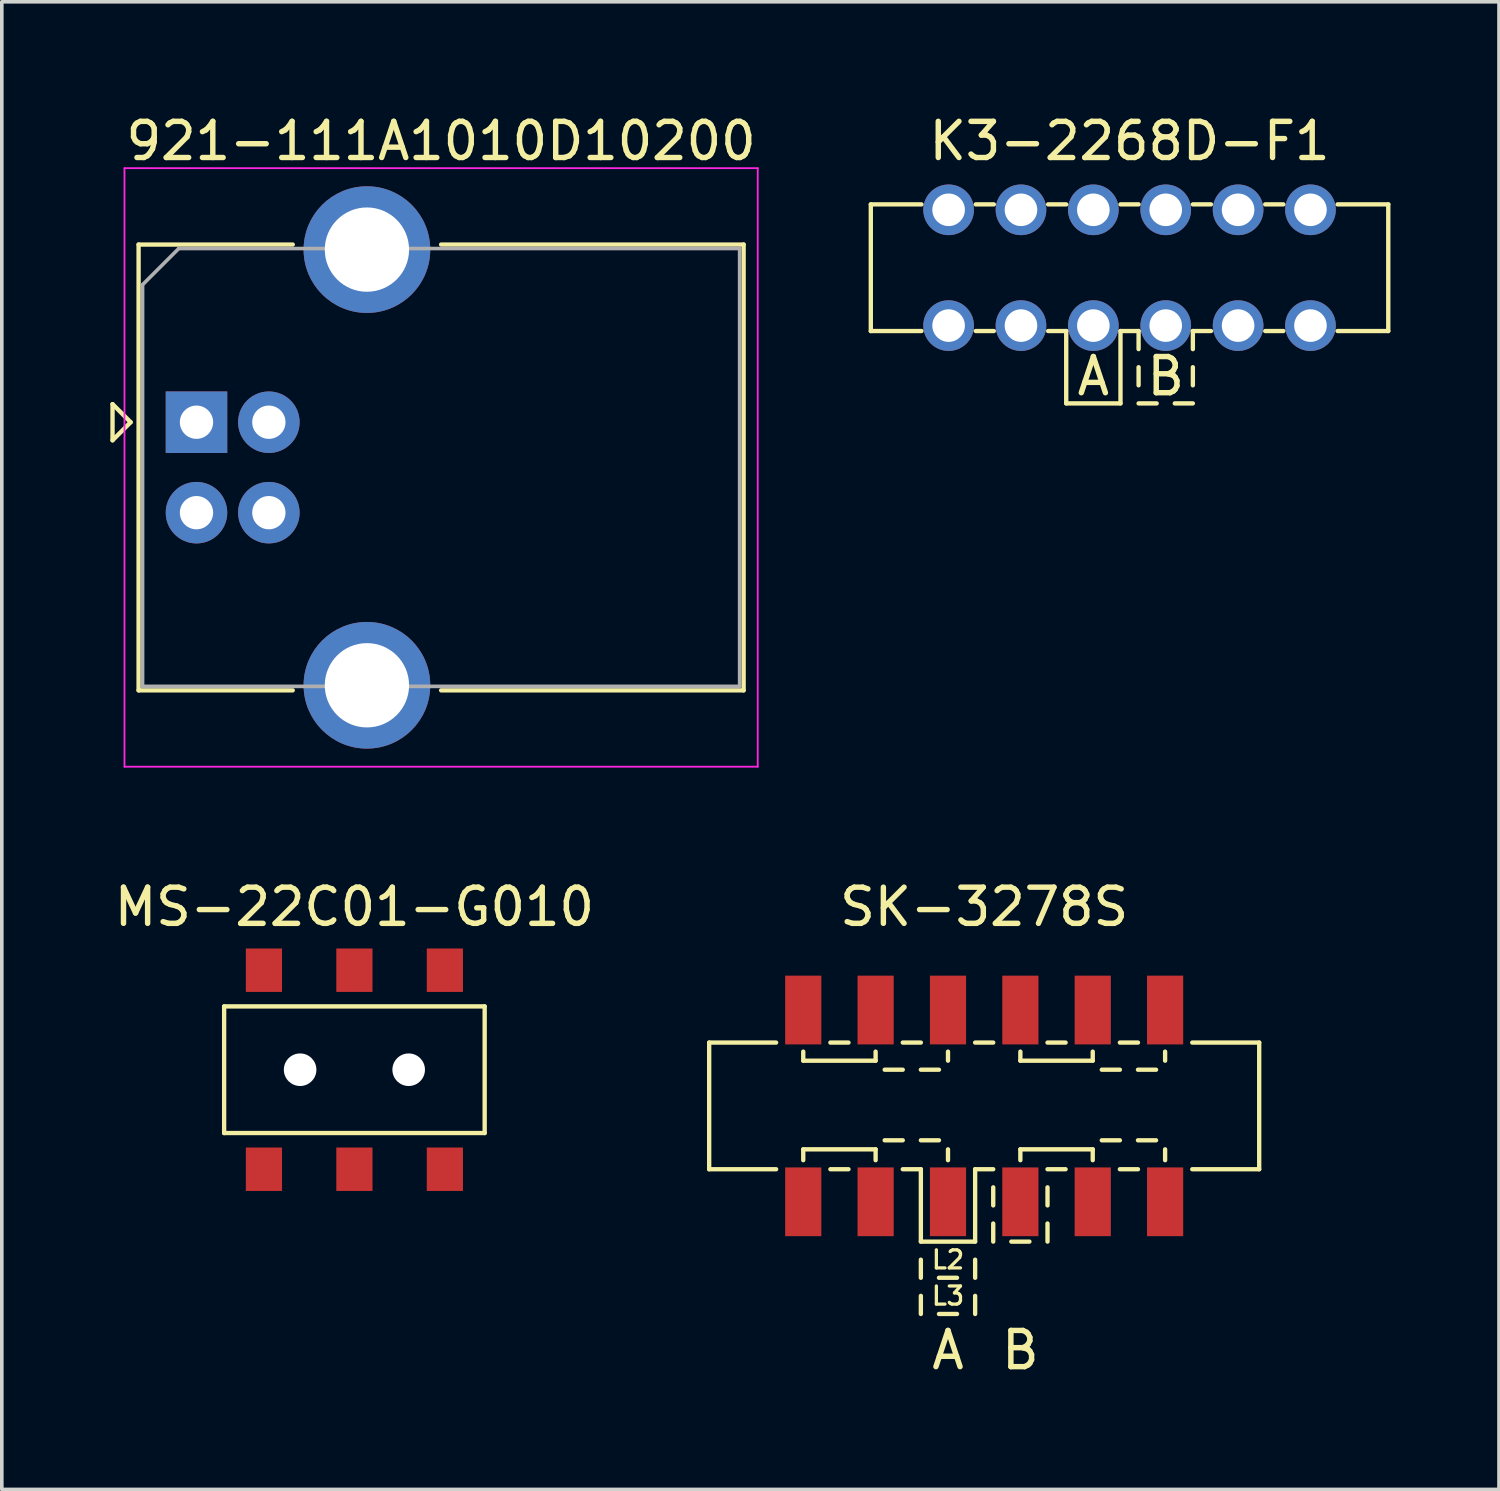
<source format=kicad_pcb>
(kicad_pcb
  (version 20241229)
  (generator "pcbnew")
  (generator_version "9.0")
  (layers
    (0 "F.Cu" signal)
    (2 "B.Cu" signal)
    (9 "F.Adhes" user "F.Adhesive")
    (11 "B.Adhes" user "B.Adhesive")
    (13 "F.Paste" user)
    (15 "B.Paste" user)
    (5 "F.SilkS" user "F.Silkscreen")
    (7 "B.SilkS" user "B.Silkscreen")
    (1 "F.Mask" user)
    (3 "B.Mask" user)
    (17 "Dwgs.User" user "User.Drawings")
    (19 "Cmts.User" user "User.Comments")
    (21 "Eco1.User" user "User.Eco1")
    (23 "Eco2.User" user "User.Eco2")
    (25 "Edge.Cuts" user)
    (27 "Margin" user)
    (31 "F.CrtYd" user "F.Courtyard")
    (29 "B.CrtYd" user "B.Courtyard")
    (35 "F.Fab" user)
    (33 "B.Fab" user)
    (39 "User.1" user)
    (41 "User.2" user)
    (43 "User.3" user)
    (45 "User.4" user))
  (footprint "921-111A1010D10200"
    (layer "F.Cu")
    (at 2.38 8.618)
    (property "Reference" "921-111A1010D10200" (at 6.76 -7.77 0) (layer "F.SilkS") (effects (font (size 1 1) (thickness 0.15))))
    (attr through_hole)
    (fp_line (start -2.32 -0.5) (end -2.32 0.5) (stroke (width 0.12) (type solid)) (layer "F.SilkS"))
    (fp_line (start -2.32 0.5) (end -1.82 0) (stroke (width 0.12) (type solid)) (layer "F.SilkS"))
    (fp_line (start -1.82 0) (end -2.32 -0.5) (stroke (width 0.12) (type solid)) (layer "F.SilkS"))
    (fp_line (start -1.6 -4.91) (end -1.6 7.41) (stroke (width 0.12) (type solid)) (layer "F.SilkS"))
    (fp_line (start -1.6 7.41) (end 2.66 7.41) (stroke (width 0.12) (type solid)) (layer "F.SilkS"))
    (fp_line (start 2.66 -4.91) (end -1.6 -4.91) (stroke (width 0.12) (type solid)) (layer "F.SilkS"))
    (fp_line (start 6.76 -4.91) (end 15.12 -4.91) (stroke (width 0.12) (type solid)) (layer "F.SilkS"))
    (fp_line (start 15.12 -4.91) (end 15.12 7.41) (stroke (width 0.12) (type solid)) (layer "F.SilkS"))
    (fp_line (start 15.12 7.41) (end 6.76 7.41) (stroke (width 0.12) (type solid)) (layer "F.SilkS"))
    (fp_line (start -1.99 -7.02) (end -1.99 9.52) (stroke (width 0.05) (type solid)) (layer "F.CrtYd"))
    (fp_line (start -1.99 9.52) (end 15.51 9.52) (stroke (width 0.05) (type solid)) (layer "F.CrtYd"))
    (fp_line (start 15.51 -7.02) (end -1.99 -7.02) (stroke (width 0.05) (type solid)) (layer "F.CrtYd"))
    (fp_line (start 15.51 9.52) (end 15.51 -7.02) (stroke (width 0.05) (type solid)) (layer "F.CrtYd"))
    (fp_line (start -1.49 -3.8) (end -0.49 -4.8) (stroke (width 0.1) (type solid)) (layer "F.Fab"))
    (fp_line (start -1.49 7.3) (end -1.49 -3.8) (stroke (width 0.1) (type solid)) (layer "F.Fab"))
    (fp_line (start -0.49 -4.8) (end 15.01 -4.8) (stroke (width 0.1) (type solid)) (layer "F.Fab"))
    (fp_line (start 15.01 -4.8) (end 15.01 7.3) (stroke (width 0.1) (type solid)) (layer "F.Fab"))
    (fp_line (start 15.01 7.3) (end -1.49 7.3) (stroke (width 0.1) (type solid)) (layer "F.Fab"))
    (pad "1" thru_hole rect (at 0 0) (size 1.7 1.7) (drill 0.92) (layers "*.Cu" "*.Mask"))
    (pad "2" thru_hole circle (at 0 2.5) (size 1.7 1.7) (drill 0.92) (layers "*.Cu" "*.Mask"))
    (pad "3" thru_hole circle (at 2 2.5) (size 1.7 1.7) (drill 0.92) (layers "*.Cu" "*.Mask"))
    (pad "4" thru_hole circle (at 2 0) (size 1.7 1.7) (drill 0.92) (layers "*.Cu" "*.Mask"))
    (pad "5" thru_hole circle (at 4.71 -4.77) (size 3.5 3.5) (drill 2.33) (layers "*.Cu" "*.Mask"))
    (pad "5" thru_hole circle (at 4.71 7.27) (size 3.5 3.5) (drill 2.33) (layers "*.Cu" "*.Mask")))
  (footprint "SK-3278S"
    (layer "F.Cu")
    (at 24.148 27.512)
    (property "Reference" "SK-3278S" (at 0 -5.5 0) (layer "F.SilkS") (effects (font (size 1 1) (thickness 0.15))))
    (attr through_hole)
    (fp_line (start -7.6 -1.75) (end -7.6 1.75) (stroke (width 0.12) (type solid)) (layer "F.SilkS"))
    (fp_line (start -7.6 1.75) (end -5.75 1.75) (stroke (width 0.12) (type solid)) (layer "F.SilkS"))
    (fp_line (start -5.75 -1.75) (end -7.6 -1.75) (stroke (width 0.12) (type solid)) (layer "F.SilkS"))
    (fp_line (start -5 -1.5) (end -5 -1.25) (stroke (width 0.12) (type solid)) (layer "F.SilkS"))
    (fp_line (start -5 -1.25) (end -3 -1.25) (stroke (width 0.12) (type solid)) (layer "F.SilkS"))
    (fp_line (start -5 1.2) (end -3 1.2) (stroke (width 0.12) (type solid)) (layer "F.SilkS"))
    (fp_line (start -5 1.5) (end -5 1.2) (stroke (width 0.12) (type solid)) (layer "F.SilkS"))
    (fp_line (start -4.25 -1.75) (end -3.75 -1.75) (stroke (width 0.12) (type solid)) (layer "F.SilkS"))
    (fp_line (start -4.25 1.75) (end -3.75 1.75) (stroke (width 0.12) (type solid)) (layer "F.SilkS"))
    (fp_line (start -3 -1.25) (end -3 -1.5) (stroke (width 0.12) (type solid)) (layer "F.SilkS"))
    (fp_line (start -3 1.2) (end -3 1.5) (stroke (width 0.12) (type solid)) (layer "F.SilkS"))
    (fp_line (start -2.75 -1) (end -2.25 -1) (stroke (width 0.12) (type solid)) (layer "F.SilkS"))
    (fp_line (start -2.75 0.95) (end -2.25 0.95) (stroke (width 0.12) (type solid)) (layer "F.SilkS"))
    (fp_line (start -2.25 -1.75) (end -1.75 -1.75) (stroke (width 0.12) (type solid)) (layer "F.SilkS"))
    (fp_line (start -2.25 1.75) (end -1.75 1.75) (stroke (width 0.12) (type solid)) (layer "F.SilkS"))
    (fp_line (start -1.75 3.75) (end -1.75 1.75) (stroke (width 0.12) (type solid)) (layer "F.SilkS"))
    (fp_line (start -1.75 3.75) (end -0.25 3.75) (stroke (width 0.12) (type solid)) (layer "F.SilkS"))
    (fp_line (start -1.75 4.25) (end -1.75 4.75) (stroke (width 0.12) (type solid)) (layer "F.SilkS"))
    (fp_line (start -1.75 5.25) (end -1.75 5.75) (stroke (width 0.12) (type solid)) (layer "F.SilkS"))
    (fp_line (start -1.25 -1) (end -1.75 -1) (stroke (width 0.12) (type solid)) (layer "F.SilkS"))
    (fp_line (start -1.25 0.95) (end -1.75 0.95) (stroke (width 0.12) (type solid)) (layer "F.SilkS"))
    (fp_line (start -1.25 4.75) (end -0.75 4.75) (stroke (width 0.12) (type solid)) (layer "F.SilkS"))
    (fp_line (start -1.25 5.75) (end -0.75 5.75) (stroke (width 0.12) (type solid)) (layer "F.SilkS"))
    (fp_line (start -1 -1.5) (end -1 -1.25) (stroke (width 0.12) (type solid)) (layer "F.SilkS"))
    (fp_line (start -1 1.5) (end -1 1.2) (stroke (width 0.12) (type solid)) (layer "F.SilkS"))
    (fp_line (start -0.25 -1.75) (end 0.25 -1.75) (stroke (width 0.12) (type solid)) (layer "F.SilkS"))
    (fp_line (start -0.25 1.75) (end 0.25 1.75) (stroke (width 0.12) (type solid)) (layer "F.SilkS"))
    (fp_line (start -0.25 3.75) (end -0.25 1.75) (stroke (width 0.12) (type solid)) (layer "F.SilkS"))
    (fp_line (start -0.25 4.75) (end -0.25 4.25) (stroke (width 0.12) (type solid)) (layer "F.SilkS"))
    (fp_line (start -0.25 5.75) (end -0.25 5.25) (stroke (width 0.12) (type solid)) (layer "F.SilkS"))
    (fp_line (start 0.25 2.75) (end 0.25 2.25) (stroke (width 0.12) (type solid)) (layer "F.SilkS"))
    (fp_line (start 0.25 3.75) (end 0.25 3.25) (stroke (width 0.12) (type solid)) (layer "F.SilkS"))
    (fp_line (start 0.75 3.75) (end 1.25 3.75) (stroke (width 0.12) (type solid)) (layer "F.SilkS"))
    (fp_line (start 1 -1.5) (end 1 -1.25) (stroke (width 0.12) (type solid)) (layer "F.SilkS"))
    (fp_line (start 1 -1.25) (end 3 -1.25) (stroke (width 0.12) (type solid)) (layer "F.SilkS"))
    (fp_line (start 1 1.2) (end 3 1.2) (stroke (width 0.12) (type solid)) (layer "F.SilkS"))
    (fp_line (start 1 1.5) (end 1 1.2) (stroke (width 0.12) (type solid)) (layer "F.SilkS"))
    (fp_line (start 1.75 -1.75) (end 2.25 -1.75) (stroke (width 0.12) (type solid)) (layer "F.SilkS"))
    (fp_line (start 1.75 1.75) (end 2.25 1.75) (stroke (width 0.12) (type solid)) (layer "F.SilkS"))
    (fp_line (start 1.75 2.75) (end 1.75 2.25) (stroke (width 0.12) (type solid)) (layer "F.SilkS"))
    (fp_line (start 1.75 3.75) (end 1.75 3.25) (stroke (width 0.12) (type solid)) (layer "F.SilkS"))
    (fp_line (start 3 -1.25) (end 3 -1.5) (stroke (width 0.12) (type solid)) (layer "F.SilkS"))
    (fp_line (start 3 1.2) (end 3 1.5) (stroke (width 0.12) (type solid)) (layer "F.SilkS"))
    (fp_line (start 3.25 -1) (end 3.75 -1) (stroke (width 0.12) (type solid)) (layer "F.SilkS"))
    (fp_line (start 3.25 0.95) (end 3.75 0.95) (stroke (width 0.12) (type solid)) (layer "F.SilkS"))
    (fp_line (start 3.75 -1.75) (end 4.25 -1.75) (stroke (width 0.12) (type solid)) (layer "F.SilkS"))
    (fp_line (start 3.75 1.75) (end 4.25 1.75) (stroke (width 0.12) (type solid)) (layer "F.SilkS"))
    (fp_line (start 4.75 -1) (end 4.25 -1) (stroke (width 0.12) (type solid)) (layer "F.SilkS"))
    (fp_line (start 4.75 0.95) (end 4.25 0.95) (stroke (width 0.12) (type solid)) (layer "F.SilkS"))
    (fp_line (start 5 -1.5) (end 5 -1.25) (stroke (width 0.12) (type solid)) (layer "F.SilkS"))
    (fp_line (start 5 1.5) (end 5 1.2) (stroke (width 0.12) (type solid)) (layer "F.SilkS"))
    (fp_line (start 5.75 -1.75) (end 7.6 -1.75) (stroke (width 0.12) (type solid)) (layer "F.SilkS"))
    (fp_line (start 5.75 1.75) (end 7.6 1.75) (stroke (width 0.12) (type solid)) (layer "F.SilkS"))
    (fp_line (start 7.6 1.75) (end 7.6 -1.75) (stroke (width 0.12) (type solid)) (layer "F.SilkS"))
    (fp_text user "L2" (at -1 4.25 0) (layer "F.SilkS") (effects (font (size 0.5 0.5) (thickness 0.09))))
    (fp_text user "B" (at 1 6.75 0) (layer "F.SilkS") (effects (font (size 1 1) (thickness 0.15))))
    (fp_text user "A" (at -1 6.75 0) (layer "F.SilkS") (effects (font (size 1 1) (thickness 0.15))))
    (fp_text user "L3" (at -1 5.25 0) (layer "F.SilkS") (effects (font (size 0.5 0.5) (thickness 0.09))))
    (pad "1" smd rect (at -5 -2.65) (size 1 1.9) (layers "F.Cu" "F.Mask" "F.Paste"))
    (pad "2" smd rect (at -3 -2.65) (size 1 1.9) (layers "F.Cu" "F.Mask" "F.Paste"))
    (pad "3" smd rect (at -1 -2.65) (size 1 1.9) (layers "F.Cu" "F.Mask" "F.Paste"))
    (pad "4" smd rect (at 1 -2.65) (size 1 1.9) (layers "F.Cu" "F.Mask" "F.Paste"))
    (pad "5" smd rect (at 3 -2.65) (size 1 1.9) (layers "F.Cu" "F.Mask" "F.Paste"))
    (pad "6" smd rect (at 5 -2.65) (size 1 1.9) (layers "F.Cu" "F.Mask" "F.Paste"))
    (pad "7" smd rect (at 5 2.65) (size 1 1.9) (layers "F.Cu" "F.Mask" "F.Paste"))
    (pad "8" smd rect (at 3 2.65) (size 1 1.9) (layers "F.Cu" "F.Mask" "F.Paste"))
    (pad "9" smd rect (at 1 2.65) (size 1 1.9) (layers "F.Cu" "F.Mask" "F.Paste"))
    (pad "10" smd rect (at -1 2.65) (size 1 1.9) (layers "F.Cu" "F.Mask" "F.Paste"))
    (pad "11" smd rect (at -3 2.65) (size 1 1.9) (layers "F.Cu" "F.Mask" "F.Paste"))
    (pad "12" smd rect (at -5 2.65) (size 1 1.9) (layers "F.Cu" "F.Mask" "F.Paste")))
  (footprint "MS-22C01-G010"
    (layer "F.Cu")
    (at 6.744 26.512)
    (property "Reference" "MS-22C01-G010" (at 0 -4.5 0) (layer "F.SilkS") (effects (font (size 1 1) (thickness 0.15))))
    (attr through_hole)
    (fp_line (start -3.6 -1.75) (end 3.6 -1.75) (stroke (width 0.12) (type solid)) (layer "F.SilkS"))
    (fp_line (start -3.6 1.75) (end -3.6 -1.75) (stroke (width 0.12) (type solid)) (layer "F.SilkS"))
    (fp_line (start 3.6 -1.75) (end 3.6 1.75) (stroke (width 0.12) (type solid)) (layer "F.SilkS"))
    (fp_line (start 3.6 1.75) (end -3.6 1.75) (stroke (width 0.12) (type solid)) (layer "F.SilkS"))
    (pad "" np_thru_hole circle (at -1.5 0) (size 0.9 0.9) (drill 0.9) (layers "*.Cu" "*.Mask"))
    (pad "" np_thru_hole circle (at 1.5 0) (size 0.9 0.9) (drill 0.9) (layers "*.Cu" "*.Mask"))
    (pad "1" smd rect (at -2.5 -2.75) (size 1 1.2) (layers "F.Cu" "F.Mask" "F.Paste"))
    (pad "2" smd rect (at 0 -2.75) (size 1 1.2) (layers "F.Cu" "F.Mask" "F.Paste"))
    (pad "3" smd rect (at 2.5 -2.75) (size 1 1.2) (layers "F.Cu" "F.Mask" "F.Paste"))
    (pad "4" smd rect (at -2.5 2.75) (size 1 1.2) (layers "F.Cu" "F.Mask" "F.Paste"))
    (pad "5" smd rect (at 0 2.75) (size 1 1.2) (layers "F.Cu" "F.Mask" "F.Paste"))
    (pad "6" smd rect (at 2.5 2.75) (size 1 1.2) (layers "F.Cu" "F.Mask" "F.Paste")))
  (footprint "K3-2268D-F1"
    (layer "F.Cu")
    (at 28.165 4.348)
    (property "Reference" "K3-2268D-F1" (at 0 -3.5 0) (layer "F.SilkS") (effects (font (size 1 1) (thickness 0.15))))
    (attr through_hole)
    (fp_line (start -7.15 -1.75) (end -7.15 1.75) (stroke (width 0.12) (type solid)) (layer "F.SilkS"))
    (fp_line (start -7.15 1.75) (end -5.75 1.75) (stroke (width 0.12) (type solid)) (layer "F.SilkS"))
    (fp_line (start -5.75 -1.75) (end -7.15 -1.75) (stroke (width 0.12) (type solid)) (layer "F.SilkS"))
    (fp_line (start -4.25 -1.75) (end -3.75 -1.75) (stroke (width 0.12) (type solid)) (layer "F.SilkS"))
    (fp_line (start -4.25 1.75) (end -3.75 1.75) (stroke (width 0.12) (type solid)) (layer "F.SilkS"))
    (fp_line (start -2.25 -1.75) (end -1.75 -1.75) (stroke (width 0.12) (type solid)) (layer "F.SilkS"))
    (fp_line (start -2.25 1.75) (end -1.75 1.75) (stroke (width 0.12) (type solid)) (layer "F.SilkS"))
    (fp_line (start -1.75 3.75) (end -1.75 1.75) (stroke (width 0.12) (type solid)) (layer "F.SilkS"))
    (fp_line (start -0.25 -1.75) (end 0.25 -1.75) (stroke (width 0.12) (type solid)) (layer "F.SilkS"))
    (fp_line (start -0.25 1.75) (end -0.25 3.75) (stroke (width 0.12) (type solid)) (layer "F.SilkS"))
    (fp_line (start -0.25 1.75) (end 0.25 1.75) (stroke (width 0.12) (type solid)) (layer "F.SilkS"))
    (fp_line (start -0.25 3.75) (end -1.75 3.75) (stroke (width 0.12) (type solid)) (layer "F.SilkS"))
    (fp_line (start 0.25 1.75) (end 0.25 2.25) (stroke (width 0.12) (type solid)) (layer "F.SilkS"))
    (fp_line (start 0.25 2.75) (end 0.25 3.25) (stroke (width 0.12) (type solid)) (layer "F.SilkS"))
    (fp_line (start 0.25 3.75) (end 0.75 3.75) (stroke (width 0.12) (type solid)) (layer "F.SilkS"))
    (fp_line (start 1.25 3.75) (end 1.75 3.75) (stroke (width 0.12) (type solid)) (layer "F.SilkS"))
    (fp_line (start 1.75 -1.75) (end 2.25 -1.75) (stroke (width 0.12) (type solid)) (layer "F.SilkS"))
    (fp_line (start 1.75 1.75) (end 2.25 1.75) (stroke (width 0.12) (type solid)) (layer "F.SilkS"))
    (fp_line (start 1.75 2.25) (end 1.75 1.75) (stroke (width 0.12) (type solid)) (layer "F.SilkS"))
    (fp_line (start 1.75 3.25) (end 1.75 2.75) (stroke (width 0.12) (type solid)) (layer "F.SilkS"))
    (fp_line (start 3.75 -1.75) (end 4.25 -1.75) (stroke (width 0.12) (type solid)) (layer "F.SilkS"))
    (fp_line (start 3.75 1.75) (end 4.25 1.75) (stroke (width 0.12) (type solid)) (layer "F.SilkS"))
    (fp_line (start 5.75 -1.75) (end 7.15 -1.75) (stroke (width 0.12) (type solid)) (layer "F.SilkS"))
    (fp_line (start 5.75 1.75) (end 7.15 1.75) (stroke (width 0.12) (type solid)) (layer "F.SilkS"))
    (fp_line (start 7.15 -1.75) (end 7.15 1.75) (stroke (width 0.12) (type solid)) (layer "F.SilkS"))
    (fp_text user "A" (at -1 3 0) (layer "F.SilkS") (effects (font (size 1 1) (thickness 0.15))))
    (fp_text user "B" (at 1 3 0) (layer "F.SilkS") (effects (font (size 1 1) (thickness 0.15))))
    (pad "1" thru_hole circle (at -5 -1.6) (size 1.4 1.4) (drill 0.9) (layers "*.Cu" "*.Mask"))
    (pad "2" thru_hole circle (at -3 -1.6) (size 1.4 1.4) (drill 0.9) (layers "*.Cu" "*.Mask"))
    (pad "3" thru_hole circle (at -1 -1.6) (size 1.4 1.4) (drill 0.9) (layers "*.Cu" "*.Mask"))
    (pad "4" thru_hole circle (at 1 -1.6) (size 1.4 1.4) (drill 0.9) (layers "*.Cu" "*.Mask"))
    (pad "5" thru_hole circle (at 3 -1.6) (size 1.4 1.4) (drill 0.9) (layers "*.Cu" "*.Mask"))
    (pad "6" thru_hole circle (at 5 -1.6) (size 1.4 1.4) (drill 0.9) (layers "*.Cu" "*.Mask"))
    (pad "7" thru_hole circle (at 5 1.6 180) (size 1.4 1.4) (drill 0.9) (layers "*.Cu" "*.Mask"))
    (pad "8" thru_hole circle (at 3 1.6 180) (size 1.4 1.4) (drill 0.9) (layers "*.Cu" "*.Mask"))
    (pad "9" thru_hole circle (at 1 1.6 180) (size 1.4 1.4) (drill 0.9) (layers "*.Cu" "*.Mask"))
    (pad "10" thru_hole circle (at -1 1.6 180) (size 1.4 1.4) (drill 0.9) (layers "*.Cu" "*.Mask"))
    (pad "11" thru_hole circle (at -3 1.6 180) (size 1.4 1.4) (drill 0.9) (layers "*.Cu" "*.Mask"))
    (pad "12" thru_hole circle (at -5 1.6 180) (size 1.4 1.4) (drill 0.9) (layers "*.Cu" "*.Mask")))
  (gr_rect
    (start -3 -3)
    (end 38.375 38.11)
    (stroke (width 0.1) (type default))
    (fill no)
    (layer "Edge.Cuts")))
</source>
